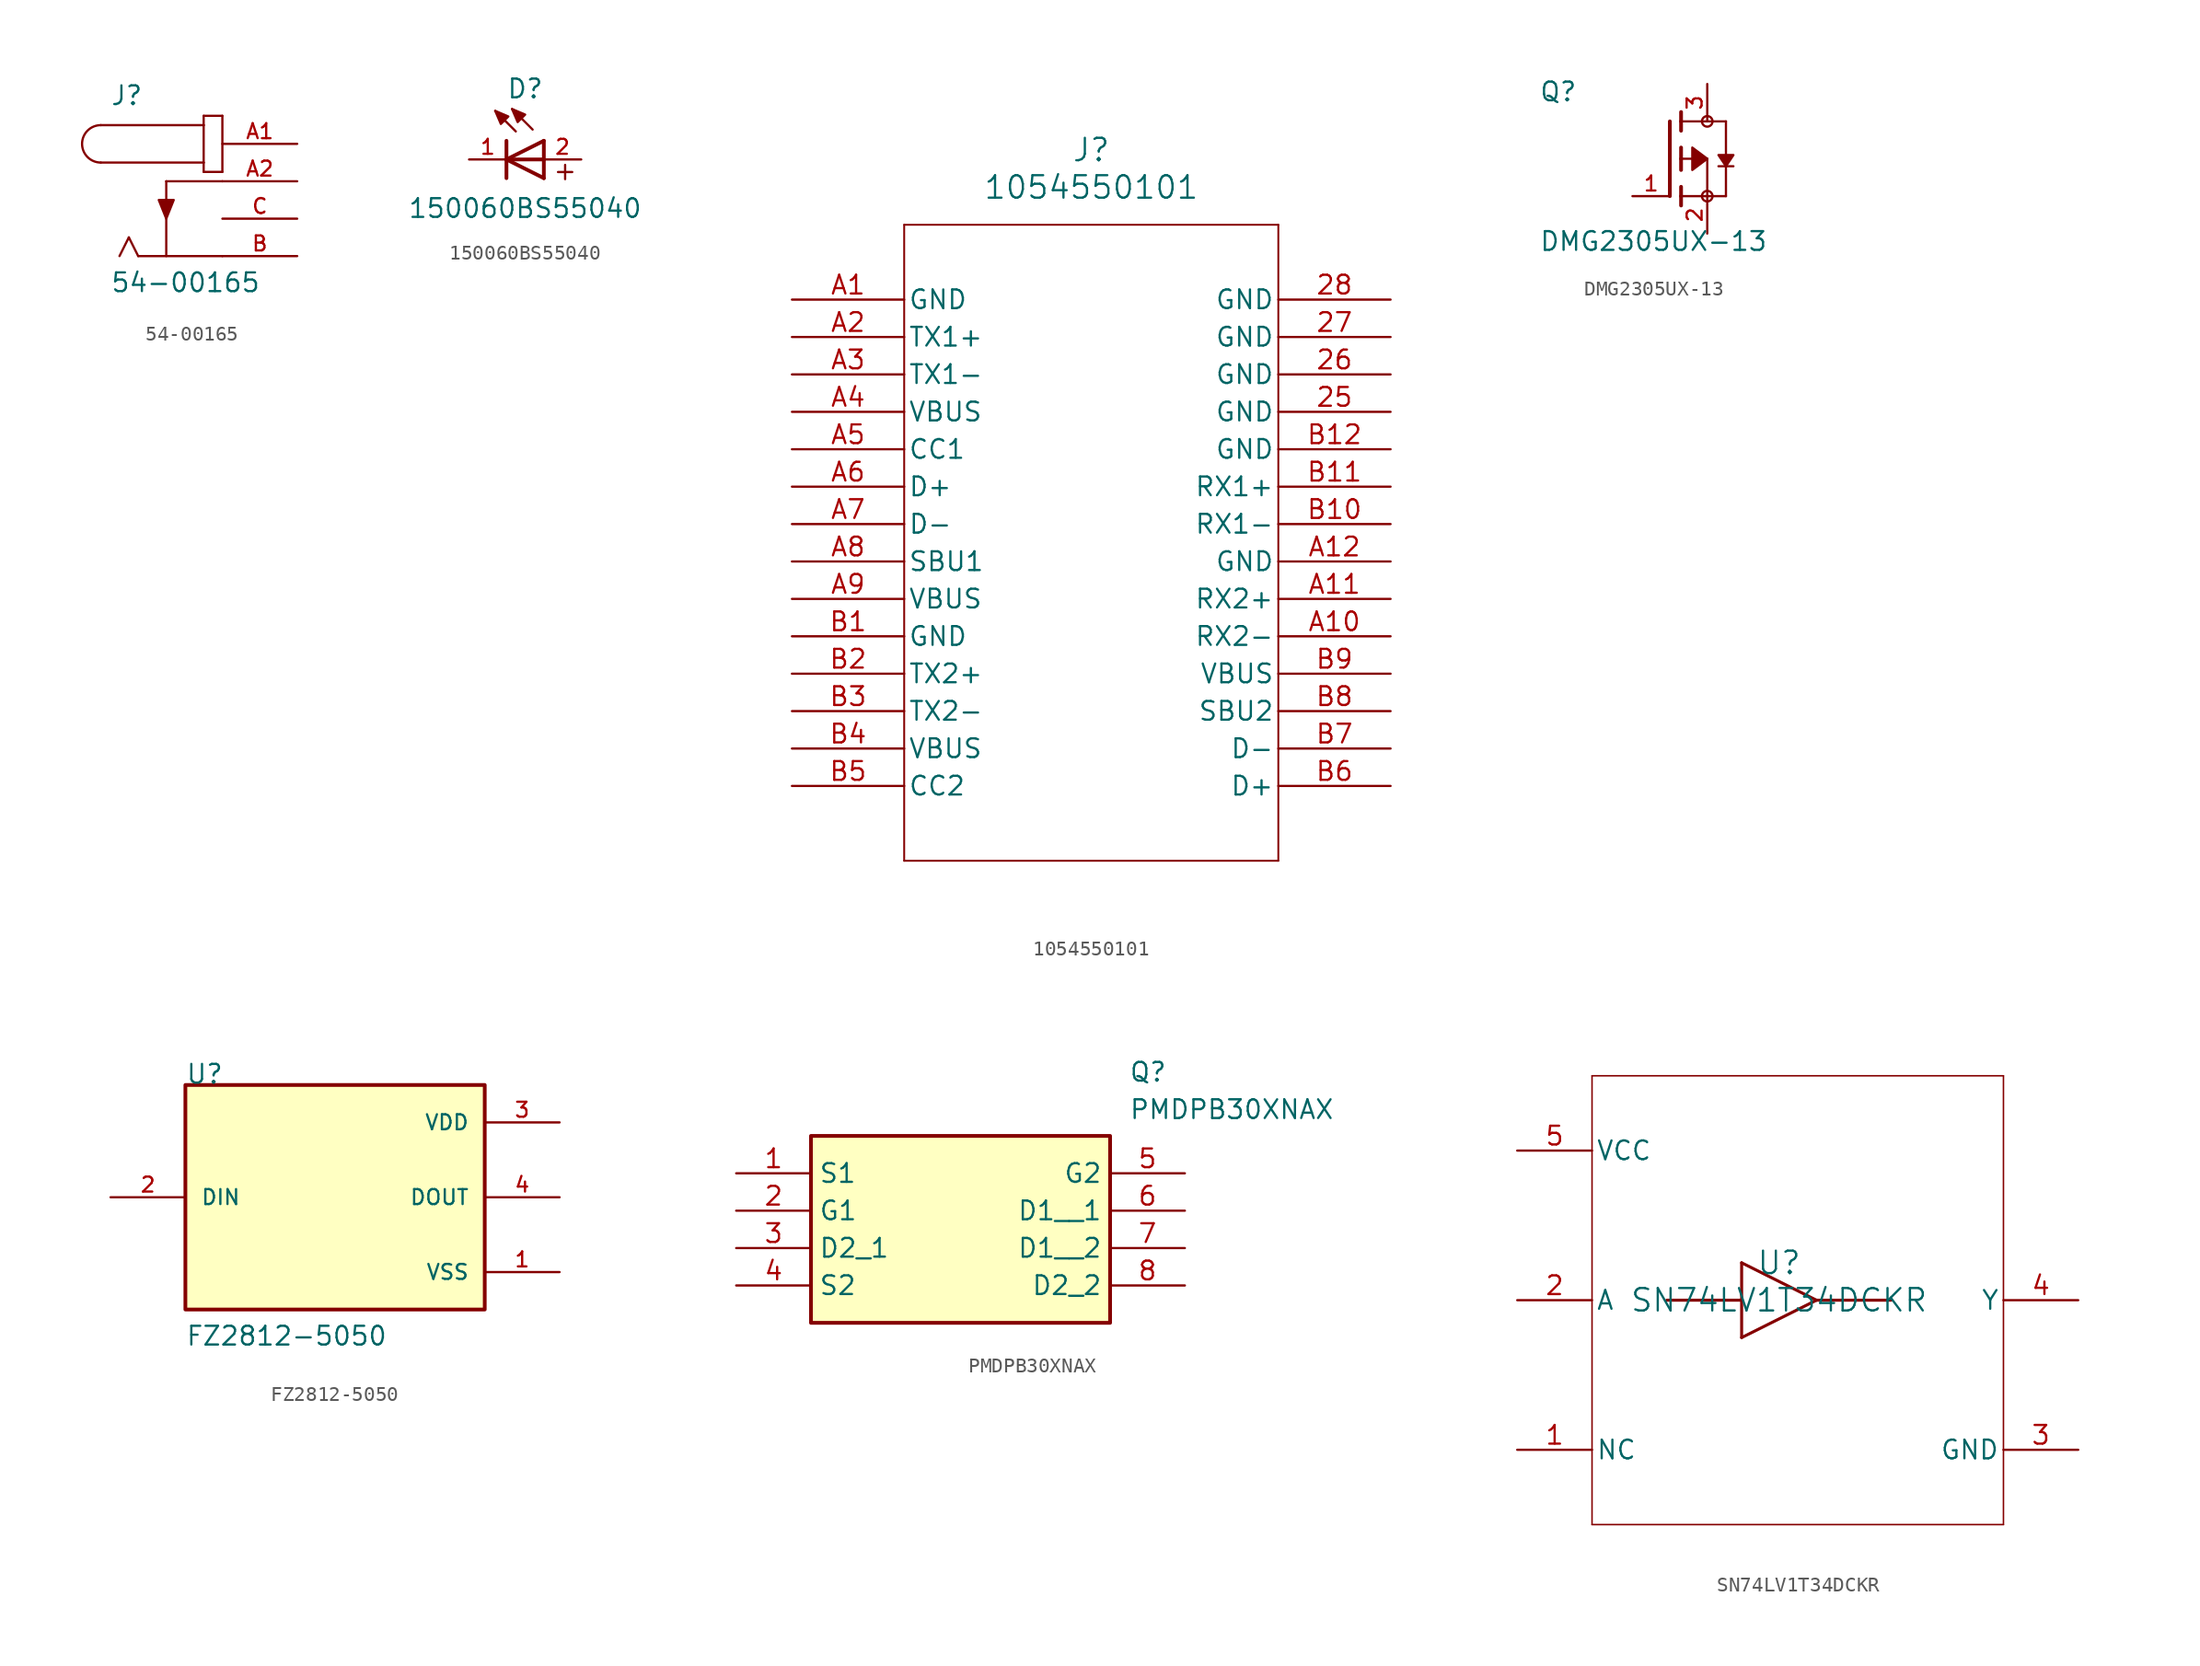
<source format=kicad_sym>
(kicad_symbol_lib
  (version 20231120)
  (generator "kicad_symbol_editor")
  (generator_version "8.0")
  (symbol "54-00165"
    (pin_names
      (offset 1.016))
    (property "Reference" "J"
      (at -7.62 5.08 0)
      (effects (font (size 1.27 1.27)) (justify left bottom)))
    (property "Value" "54-00165"
      (at -7.62 -7.62 0)
      (effects (font (size 1.27 1.27)) (justify left bottom)))
    (symbol "54-00165_0_0"
      (arc (start -8.255 3.81) (mid -9.5194 2.54) (end -8.255 1.27) (stroke (width 0.1524) (type default)) (fill (type none)))
      (polyline (pts (xy -8.255 3.81) (xy -1.27 3.81)) (stroke (width 0.152) (type default)) (fill (type none)))
      (polyline (pts (xy -6.35 -3.81) (xy -6.985 -5.08)) (stroke (width 0.152) (type default)) (fill (type none)))
      (polyline (pts (xy -5.715 -5.08) (xy -6.35 -3.81)) (stroke (width 0.152) (type default)) (fill (type none)))
      (polyline (pts (xy -3.81 0) (xy -3.81 -5.08)) (stroke (width 0.152) (type default)) (fill (type none)))
      (polyline (pts (xy -1.27 0.635) (xy 0 0.635)) (stroke (width 0.152) (type default)) (fill (type none)))
      (polyline (pts (xy -1.27 1.27) (xy -8.255 1.27)) (stroke (width 0.152) (type default)) (fill (type none)))
      (polyline (pts (xy -1.27 1.27) (xy -1.27 0.635)) (stroke (width 0.152) (type default)) (fill (type none)))
      (polyline (pts (xy -1.27 3.81) (xy -1.27 1.27)) (stroke (width 0.152) (type default)) (fill (type none)))
      (polyline (pts (xy -1.27 4.445) (xy -1.27 3.81)) (stroke (width 0.152) (type default)) (fill (type none)))
      (polyline (pts (xy 0 -5.08) (xy -5.715 -5.08)) (stroke (width 0.152) (type default)) (fill (type none)))
      (polyline (pts (xy 0 0) (xy -3.81 0)) (stroke (width 0.152) (type default)) (fill (type none)))
      (polyline (pts (xy 0 0.635) (xy 0 4.445)) (stroke (width 0.152) (type default)) (fill (type none)))
      (polyline (pts (xy 0 4.445) (xy -1.27 4.445)) (stroke (width 0.152) (type default)) (fill (type none)))
      (polyline (pts (xy -3.81 -2.54) (xy -4.318 -1.27) (xy -3.302 -1.27) (xy -3.81 -2.54)) (stroke (width 0.152) (type default)) (fill (type outline)))
      (pin passive line (at 5.08 2.54 180) (length 5.08) (name "~" (effects (font (size 1.016 1.016)))) (number "A1" (effects (font (size 1.016 1.016)))))
      (pin passive line (at 5.08 0 180) (length 5.08) (name "~" (effects (font (size 1.016 1.016)))) (number "A2" (effects (font (size 1.016 1.016)))))
      (pin passive line (at 5.08 -5.08 180) (length 5.08) (name "~" (effects (font (size 1.016 1.016)))) (number "B" (effects (font (size 1.016 1.016)))))
      (pin passive line (at 5.08 -2.54 180) (length 5.08) (name "~" (effects (font (size 1.016 1.016)))) (number "C" (effects (font (size 1.016 1.016)))))))
  (symbol "150060BS55040"
    (pin_names
      (offset 1.016))
    (property "Reference" "D"
      (at 1.27 4.064 0)
      (effects (font (size 1.27 1.27)) (justify bottom)))
    (property "Value" "150060BS55040"
      (at 1.27 -4.064 0)
      (effects (font (size 1.27 1.27)) (justify bottom)))
    (symbol "150060BS55040_0_0"
      (polyline (pts (xy 0 -1.27) (xy 0 0)) (stroke (width 0.254) (type default)) (fill (type none)))
      (polyline (pts (xy 0 0) (xy 0 1.27)) (stroke (width 0.254) (type default)) (fill (type none)))
      (polyline (pts (xy 0 0) (xy 2.54 0)) (stroke (width 0.254) (type default)) (fill (type none)))
      (polyline (pts (xy 0 0) (xy 2.54 1.27)) (stroke (width 0.254) (type default)) (fill (type none)))
      (polyline (pts (xy 0.635 1.905) (xy -0.762 3.302)) (stroke (width 0.152) (type default)) (fill (type none)))
      (polyline (pts (xy 1.778 2.032) (xy 0.381 3.429)) (stroke (width 0.152) (type default)) (fill (type none)))
      (polyline (pts (xy 2.54 -1.27) (xy 0 0)) (stroke (width 0.254) (type default)) (fill (type none)))
      (polyline (pts (xy 2.54 -1.27) (xy 2.54 0)) (stroke (width 0.254) (type default)) (fill (type none)))
      (polyline (pts (xy 2.54 0) (xy 2.54 1.27)) (stroke (width 0.254) (type default)) (fill (type none)))
      (polyline (pts (xy -0.762 3.302) (xy 0.127 2.921) (xy -0.381 2.413) (xy -0.762 3.302)) (stroke (width 0.152) (type default)) (fill (type outline)))
      (polyline (pts (xy 0.381 3.429) (xy 1.27 3.048) (xy 0.762 2.54) (xy 0.381 3.429)) (stroke (width 0.152) (type default)) (fill (type outline)))
      (text "+" (at 3.1 -1.5 0) (effects (font (size 1.27 1.27)) (justify left bottom)))
      (pin passive line (at -2.54 0 0) (length 2.54) (name "~" (effects (font (size 1.016 1.016)))) (number "1" (effects (font (size 1.016 1.016)))))
      (pin passive line (at 5.08 0 180) (length 2.54) (name "~" (effects (font (size 1.016 1.016)))) (number "2" (effects (font (size 1.016 1.016)))))))
  (symbol "1054550101"
    (pin_names
      (offset 0.254))
    (property "Reference" "J"
      (at 20.32 10.16 0)
      (effects (font (size 1.524 1.524))))
    (property "Value" "1054550101"
      (at 20.32 7.62 0)
      (effects (font (size 1.524 1.524))))
    (symbol "1054550101_0_1"
      (polyline (pts (xy 7.62 -38.1) (xy 33.02 -38.1)) (stroke (width 0.127) (type default)) (fill (type none)))
      (polyline (pts (xy 7.62 5.08) (xy 7.62 -38.1)) (stroke (width 0.127) (type default)) (fill (type none)))
      (polyline (pts (xy 33.02 -38.1) (xy 33.02 5.08)) (stroke (width 0.127) (type default)) (fill (type none)))
      (polyline (pts (xy 33.02 5.08) (xy 7.62 5.08)) (stroke (width 0.127) (type default)) (fill (type none)))
      (pin power_out line (at 40.64 -7.62 180) (length 7.62) (name "GND" (effects (font (size 1.27 1.27)))) (number "25" (effects (font (size 1.27 1.27)))))
      (pin power_out line (at 40.64 -5.08 180) (length 7.62) (name "GND" (effects (font (size 1.27 1.27)))) (number "26" (effects (font (size 1.27 1.27)))))
      (pin power_out line (at 40.64 -2.54 180) (length 7.62) (name "GND" (effects (font (size 1.27 1.27)))) (number "27" (effects (font (size 1.27 1.27)))))
      (pin power_out line (at 40.64 0 180) (length 7.62) (name "GND" (effects (font (size 1.27 1.27)))) (number "28" (effects (font (size 1.27 1.27)))))
      (pin power_out line (at 0 0 0) (length 7.62) (name "GND" (effects (font (size 1.27 1.27)))) (number "A1" (effects (font (size 1.27 1.27)))))
      (pin output line (at 40.64 -22.86 180) (length 7.62) (name "RX2-" (effects (font (size 1.27 1.27)))) (number "A10" (effects (font (size 1.27 1.27)))))
      (pin output line (at 40.64 -20.32 180) (length 7.62) (name "RX2+" (effects (font (size 1.27 1.27)))) (number "A11" (effects (font (size 1.27 1.27)))))
      (pin power_out line (at 40.64 -17.78 180) (length 7.62) (name "GND" (effects (font (size 1.27 1.27)))) (number "A12" (effects (font (size 1.27 1.27)))))
      (pin input line (at 0 -2.54 0) (length 7.62) (name "TX1+" (effects (font (size 1.27 1.27)))) (number "A2" (effects (font (size 1.27 1.27)))))
      (pin input line (at 0 -5.08 0) (length 7.62) (name "TX1-" (effects (font (size 1.27 1.27)))) (number "A3" (effects (font (size 1.27 1.27)))))
      (pin power_in line (at 0 -7.62 0) (length 7.62) (name "VBUS" (effects (font (size 1.27 1.27)))) (number "A4" (effects (font (size 1.27 1.27)))))
      (pin unspecified line (at 0 -10.16 0) (length 7.62) (name "CC1" (effects (font (size 1.27 1.27)))) (number "A5" (effects (font (size 1.27 1.27)))))
      (pin unspecified line (at 0 -12.7 0) (length 7.62) (name "D+" (effects (font (size 1.27 1.27)))) (number "A6" (effects (font (size 1.27 1.27)))))
      (pin unspecified line (at 0 -15.24 0) (length 7.62) (name "D-" (effects (font (size 1.27 1.27)))) (number "A7" (effects (font (size 1.27 1.27)))))
      (pin unspecified line (at 0 -17.78 0) (length 7.62) (name "SBU1" (effects (font (size 1.27 1.27)))) (number "A8" (effects (font (size 1.27 1.27)))))
      (pin unspecified line (at 0 -20.32 0) (length 7.62) (name "VBUS" (effects (font (size 1.27 1.27)))) (number "A9" (effects (font (size 1.27 1.27)))))
      (pin power_out line (at 0 -22.86 0) (length 7.62) (name "GND" (effects (font (size 1.27 1.27)))) (number "B1" (effects (font (size 1.27 1.27)))))
      (pin output line (at 40.64 -15.24 180) (length 7.62) (name "RX1-" (effects (font (size 1.27 1.27)))) (number "B10" (effects (font (size 1.27 1.27)))))
      (pin output line (at 40.64 -12.7 180) (length 7.62) (name "RX1+" (effects (font (size 1.27 1.27)))) (number "B11" (effects (font (size 1.27 1.27)))))
      (pin power_out line (at 40.64 -10.16 180) (length 7.62) (name "GND" (effects (font (size 1.27 1.27)))) (number "B12" (effects (font (size 1.27 1.27)))))
      (pin input line (at 0 -25.4 0) (length 7.62) (name "TX2+" (effects (font (size 1.27 1.27)))) (number "B2" (effects (font (size 1.27 1.27)))))
      (pin input line (at 0 -27.94 0) (length 7.62) (name "TX2-" (effects (font (size 1.27 1.27)))) (number "B3" (effects (font (size 1.27 1.27)))))
      (pin power_in line (at 0 -30.48 0) (length 7.62) (name "VBUS" (effects (font (size 1.27 1.27)))) (number "B4" (effects (font (size 1.27 1.27)))))
      (pin unspecified line (at 0 -33.02 0) (length 7.62) (name "CC2" (effects (font (size 1.27 1.27)))) (number "B5" (effects (font (size 1.27 1.27)))))
      (pin unspecified line (at 40.64 -33.02 180) (length 7.62) (name "D+" (effects (font (size 1.27 1.27)))) (number "B6" (effects (font (size 1.27 1.27)))))
      (pin unspecified line (at 40.64 -30.48 180) (length 7.62) (name "D-" (effects (font (size 1.27 1.27)))) (number "B7" (effects (font (size 1.27 1.27)))))
      (pin unspecified line (at 40.64 -27.94 180) (length 7.62) (name "SBU2" (effects (font (size 1.27 1.27)))) (number "B8" (effects (font (size 1.27 1.27)))))
      (pin power_in line (at 40.64 -25.4 180) (length 7.62) (name "VBUS" (effects (font (size 1.27 1.27)))) (number "B9" (effects (font (size 1.27 1.27)))))))
  (symbol "DMG2305UX-13"
    (pin_names
      (offset 1.016))
    (property "Reference" "Q"
      (at -8.89 3.81 0)
      (effects (font (size 1.27 1.27)) (justify left bottom)))
    (property "Value" "DMG2305UX-13"
      (at -8.89 -6.35 0)
      (effects (font (size 1.27 1.27)) (justify left bottom)))
    (symbol "DMG2305UX-13_0_0"
      (polyline (pts (xy 0 -2.54) (xy 0 2.54)) (stroke (width 0.254) (type default)) (fill (type none)))
      (polyline (pts (xy 0.762 -3.175) (xy 0.762 -2.54)) (stroke (width 0.254) (type default)) (fill (type none)))
      (polyline (pts (xy 0.762 -2.54) (xy 0.762 -1.905)) (stroke (width 0.254) (type default)) (fill (type none)))
      (polyline (pts (xy 0.762 -2.54) (xy 2.54 -2.54)) (stroke (width 0.152) (type default)) (fill (type none)))
      (polyline (pts (xy 0.762 -0.762) (xy 0.762 0)) (stroke (width 0.254) (type default)) (fill (type none)))
      (polyline (pts (xy 0.762 0) (xy 0.762 0.762)) (stroke (width 0.254) (type default)) (fill (type none)))
      (polyline (pts (xy 0.762 0) (xy 2.54 0)) (stroke (width 0.152) (type default)) (fill (type none)))
      (polyline (pts (xy 0.762 1.905) (xy 0.762 2.54)) (stroke (width 0.254) (type default)) (fill (type none)))
      (polyline (pts (xy 0.762 2.54) (xy 0.762 3.175)) (stroke (width 0.254) (type default)) (fill (type none)))
      (polyline (pts (xy 2.54 -2.54) (xy 2.54 0)) (stroke (width 0.152) (type default)) (fill (type none)))
      (polyline (pts (xy 2.54 -2.54) (xy 3.81 -2.54)) (stroke (width 0.152) (type default)) (fill (type none)))
      (polyline (pts (xy 2.54 2.54) (xy 0.762 2.54)) (stroke (width 0.152) (type default)) (fill (type none)))
      (polyline (pts (xy 2.54 2.54) (xy 3.81 2.54)) (stroke (width 0.152) (type default)) (fill (type none)))
      (polyline (pts (xy 3.81 -0.508) (xy 3.302 -0.508)) (stroke (width 0.152) (type default)) (fill (type none)))
      (polyline (pts (xy 3.81 -0.508) (xy 3.81 -2.54)) (stroke (width 0.152) (type default)) (fill (type none)))
      (polyline (pts (xy 3.81 2.54) (xy 3.81 -0.508)) (stroke (width 0.152) (type default)) (fill (type none)))
      (polyline (pts (xy 4.318 -0.508) (xy 3.81 -0.508)) (stroke (width 0.152) (type default)) (fill (type none)))
      (polyline (pts (xy 2.54 0) (xy 1.524 0.762) (xy 1.524 -0.762) (xy 2.54 0)) (stroke (width 0.152) (type default)) (fill (type outline)))
      (polyline (pts (xy 3.81 -0.508) (xy 3.302 0.254) (xy 4.318 0.254) (xy 3.81 -0.508)) (stroke (width 0.152) (type default)) (fill (type outline)))
      (circle (center 2.54 -2.54) (radius 0.359) (stroke (width 0) (type default)) (fill (type none)))
      (circle (center 2.54 2.54) (radius 0.359) (stroke (width 0) (type default)) (fill (type none)))
      (pin passive line (at -2.54 -2.54 0) (length 2.54) (name "~" (effects (font (size 1.016 1.016)))) (number "1" (effects (font (size 1.016 1.016)))))
      (pin passive line (at 2.54 -5.08 90) (length 2.54) (name "~" (effects (font (size 1.016 1.016)))) (number "2" (effects (font (size 1.016 1.016)))))
      (pin passive line (at 2.54 5.08 270) (length 2.54) (name "~" (effects (font (size 1.016 1.016)))) (number "3" (effects (font (size 1.016 1.016)))))))
  (symbol "FZ2812-5050"
    (pin_names
      (offset 1.016))
    (property "Reference" "U"
      (at -10.16 7.62 0)
      (effects (font (size 1.27 1.27)) (justify left bottom)))
    (property "Value" "FZ2812-5050"
      (at -10.16 -10.16 0)
      (effects (font (size 1.27 1.27)) (justify left bottom)))
    (symbol "FZ2812-5050_0_0"
      (rectangle (start -10.16 -7.62) (end 10.16 7.62) (stroke (width 0.254) (type default)) (fill (type background)))
      (pin power_in line (at 15.24 -5.08 180) (length 5.08) (name "VSS" (effects (font (size 1.016 1.016)))) (number "1" (effects (font (size 1.016 1.016)))))
      (pin input line (at -15.24 0 0) (length 5.08) (name "DIN" (effects (font (size 1.016 1.016)))) (number "2" (effects (font (size 1.016 1.016)))))
      (pin power_in line (at 15.24 5.08 180) (length 5.08) (name "VDD" (effects (font (size 1.016 1.016)))) (number "3" (effects (font (size 1.016 1.016)))))
      (pin output line (at 15.24 0 180) (length 5.08) (name "DOUT" (effects (font (size 1.016 1.016)))) (number "4" (effects (font (size 1.016 1.016)))))))
  (symbol "PMDPB30XNAX"
    (property "Reference" "Q"
      (at 26.67 7.62 0)
      (effects (font (size 1.27 1.27)) (justify left top)))
    (property "Value" "PMDPB30XNAX"
      (at 26.67 5.08 0)
      (effects (font (size 1.27 1.27)) (justify left top)))
    (symbol "PMDPB30XNAX_1_1"
      (rectangle (start 5.08 2.54) (end 25.4 -10.16) (stroke (width 0.254) (type default)) (fill (type background)))
      (pin passive line (at 0 0 0) (length 5.08) (name "S1" (effects (font (size 1.27 1.27)))) (number "1" (effects (font (size 1.27 1.27)))))
      (pin passive line (at 0 -2.54 0) (length 5.08) (name "G1" (effects (font (size 1.27 1.27)))) (number "2" (effects (font (size 1.27 1.27)))))
      (pin passive line (at 0 -5.08 0) (length 5.08) (name "D2_1" (effects (font (size 1.27 1.27)))) (number "3" (effects (font (size 1.27 1.27)))))
      (pin passive line (at 0 -7.62 0) (length 5.08) (name "S2" (effects (font (size 1.27 1.27)))) (number "4" (effects (font (size 1.27 1.27)))))
      (pin passive line (at 30.48 0 180) (length 5.08) (name "G2" (effects (font (size 1.27 1.27)))) (number "5" (effects (font (size 1.27 1.27)))))
      (pin passive line (at 30.48 -2.54 180) (length 5.08) (name "D1__1" (effects (font (size 1.27 1.27)))) (number "6" (effects (font (size 1.27 1.27)))))
      (pin passive line (at 30.48 -5.08 180) (length 5.08) (name "D1__2" (effects (font (size 1.27 1.27)))) (number "7" (effects (font (size 1.27 1.27)))))
      (pin passive line (at 30.48 -7.62 180) (length 5.08) (name "D2_2" (effects (font (size 1.27 1.27)))) (number "8" (effects (font (size 1.27 1.27)))))))
  (symbol "SN74LV1T34DCKR"
    (pin_names
      (offset 0.254))
    (property "Reference" "U"
      (at 0 2.54 0)
      (effects (font (size 1.524 1.524))))
    (property "Value" "SN74LV1T34DCKR"
      (at 0 0 0)
      (effects (font (size 1.524 1.524))))
    (property "ki_locked" ""
      (at 0 0 0)
      (effects (font (size 1.27 1.27))))
    (symbol "SN74LV1T34DCKR_0_1"
      (polyline (pts (xy -12.7 -15.24) (xy 15.24 -15.24)) (stroke (width 0.102) (type default)) (fill (type none)))
      (polyline (pts (xy -12.7 15.24) (xy -12.7 -15.24)) (stroke (width 0.102) (type default)) (fill (type none)))
      (polyline (pts (xy -2.54 -2.54) (xy -2.54 2.54)) (stroke (width 0.203) (type default)) (fill (type none)))
      (polyline (pts (xy -2.54 0) (xy -7.62 0)) (stroke (width 0.203) (type default)) (fill (type none)))
      (polyline (pts (xy -2.54 2.54) (xy 2.54 0)) (stroke (width 0.203) (type default)) (fill (type none)))
      (polyline (pts (xy 2.54 0) (xy -2.54 -2.54)) (stroke (width 0.203) (type default)) (fill (type none)))
      (polyline (pts (xy 2.54 0) (xy 7.62 0)) (stroke (width 0.203) (type default)) (fill (type none)))
      (polyline (pts (xy 15.24 -15.24) (xy 15.24 15.24)) (stroke (width 0.102) (type default)) (fill (type none)))
      (polyline (pts (xy 15.24 15.24) (xy -12.7 15.24)) (stroke (width 0.102) (type default)) (fill (type none)))
      (pin unspecified line (at -17.78 -10.16 0) (length 5.08) (name "NC" (effects (font (size 1.27 1.27)))) (number "1" (effects (font (size 1.27 1.27)))))
      (pin input line (at -17.78 0 0) (length 5.08) (name "A" (effects (font (size 1.27 1.27)))) (number "2" (effects (font (size 1.27 1.27)))))
      (pin power_in line (at 20.32 -10.16 180) (length 5.08) (name "GND" (effects (font (size 1.27 1.27)))) (number "3" (effects (font (size 1.27 1.27)))))
      (pin output line (at 20.32 0 180) (length 5.08) (name "Y" (effects (font (size 1.27 1.27)))) (number "4" (effects (font (size 1.27 1.27)))))
      (pin power_in line (at -17.78 10.16 0) (length 5.08) (name "VCC" (effects (font (size 1.27 1.27)))) (number "5" (effects (font (size 1.27 1.27))))))))
</source>
